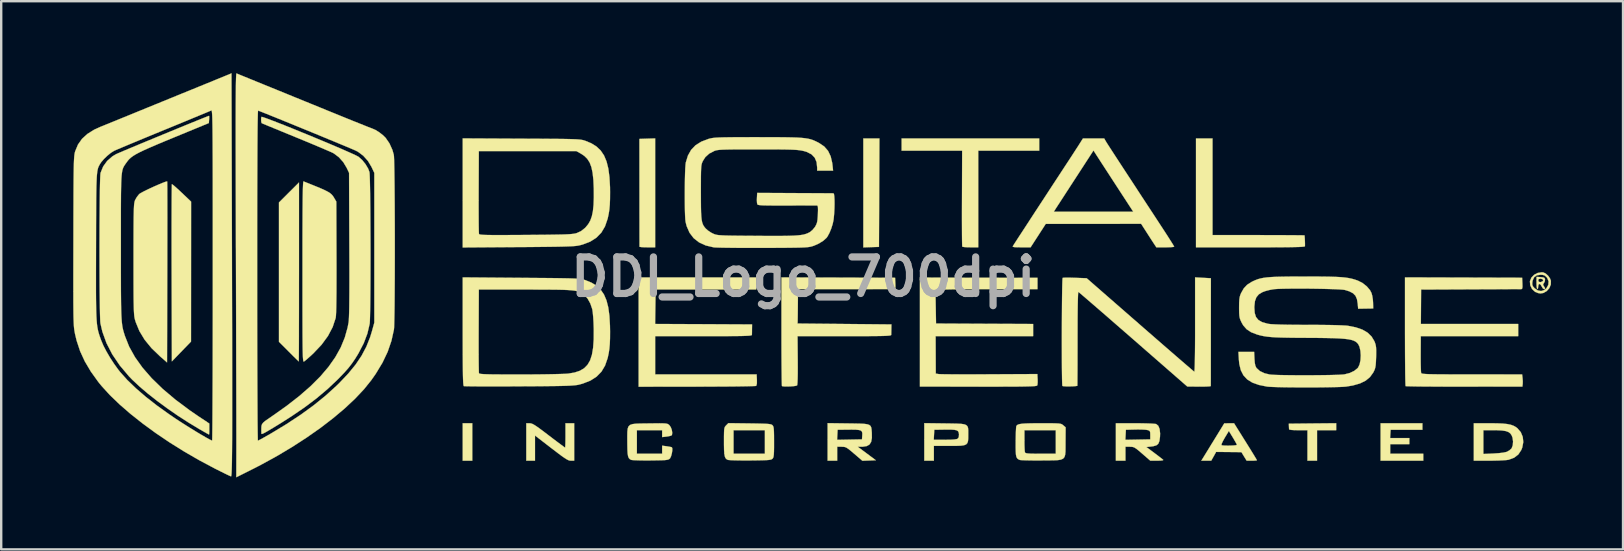
<source format=kicad_pcb>
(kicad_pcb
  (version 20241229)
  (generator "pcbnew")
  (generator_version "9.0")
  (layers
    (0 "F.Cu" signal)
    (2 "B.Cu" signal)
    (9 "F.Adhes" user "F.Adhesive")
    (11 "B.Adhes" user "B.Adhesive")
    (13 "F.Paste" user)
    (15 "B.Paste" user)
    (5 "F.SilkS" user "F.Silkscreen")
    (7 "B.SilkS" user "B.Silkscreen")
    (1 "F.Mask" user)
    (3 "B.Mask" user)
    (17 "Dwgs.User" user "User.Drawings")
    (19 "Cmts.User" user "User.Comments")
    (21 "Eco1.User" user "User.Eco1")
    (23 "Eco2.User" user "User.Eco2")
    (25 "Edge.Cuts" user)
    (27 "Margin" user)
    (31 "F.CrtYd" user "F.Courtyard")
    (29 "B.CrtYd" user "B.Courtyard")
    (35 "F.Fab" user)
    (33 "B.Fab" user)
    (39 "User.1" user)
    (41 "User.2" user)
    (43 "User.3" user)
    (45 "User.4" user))
  (footprint "DDI_Logo_700dpi"
    (layer "F.Cu")
    (at 30.417 8.489)
    (property "Reference" "DDI_Logo_700dpi" (at 0 0 0) (layer "F.Fab") (effects (font (size 1.524 1.524) (thickness 0.3))))
    (attr through_hole)
    (fp_poly (pts (xy -13.789 7.656) (xy -14.188 7.656) (xy -14.188 6.096) (xy -13.789 6.096) (xy -13.789 7.656)) (stroke (width 0.01) (type solid)) (fill yes) (layer "F.SilkS"))
    (fp_poly (pts (xy 3.166 -3.511) (xy 3.156 -1.252) (xy 2.504 -1.231) (xy 2.504 -5.769) (xy 2.839 -5.769) (xy 3.175 -5.769) (xy 3.166 -3.511)) (stroke (width 0.01) (type solid)) (fill yes) (layer "F.SilkS"))
    (fp_poly (pts (xy 25.799 6.232) (xy 25.799 6.368) (xy 24.475 6.368) (xy 24.464 6.54) (xy 24.453 6.713) (xy 25.255 6.713) (xy 25.255 6.967) (xy 24.457 6.967) (xy 24.457 7.366) (xy 25.835 7.366) (xy 25.835 7.656) (xy 24.057 7.656) (xy 24.057 6.096) (xy 25.799 6.096) (xy 25.799 6.232)) (stroke (width 0.01) (type solid)) (fill yes) (layer "F.SilkS"))
    (fp_poly (pts (xy 22.207 6.386) (xy 21.409 6.386) (xy 21.409 7.656) (xy 21.009 7.656) (xy 21.009 6.386) (xy 20.628 6.386) (xy 20.456 6.383) (xy 20.328 6.374) (xy 20.256 6.36) (xy 20.244 6.35) (xy 20.24 6.289) (xy 20.237 6.214) (xy 20.233 6.114) (xy 21.22 6.104) (xy 22.207 6.095) (xy 22.207 6.386)) (stroke (width 0.01) (type solid)) (fill yes) (layer "F.SilkS"))
    (fp_poly (pts (xy -6.169 -1.234) (xy -6.495 -1.234) (xy -6.639 -1.237) (xy -6.751 -1.244) (xy -6.814 -1.255) (xy -6.822 -1.261) (xy -6.822 -1.301) (xy -6.822 -1.408) (xy -6.822 -1.574) (xy -6.823 -1.794) (xy -6.823 -2.062) (xy -6.823 -2.37) (xy -6.824 -2.714) (xy -6.824 -3.085) (xy -6.824 -3.48) (xy -6.824 -3.52) (xy -6.826 -5.751) (xy -6.497 -5.762) (xy -6.169 -5.772) (xy -6.169 -1.234)) (stroke (width 0.01) (type solid)) (fill yes) (layer "F.SilkS"))
    (fp_poly (pts (xy -26.273 -3.847) (xy -26.198 -3.786) (xy -26.091 -3.691) (xy -25.96 -3.571) (xy -25.895 -3.509) (xy -25.505 -3.139) (xy -25.508 2.694) (xy -26.306 3.519) (xy -26.316 -0.167) (xy -26.317 -0.678) (xy -26.318 -1.168) (xy -26.318 -1.633) (xy -26.318 -2.067) (xy -26.317 -2.466) (xy -26.316 -2.824) (xy -26.315 -3.138) (xy -26.313 -3.402) (xy -26.311 -3.611) (xy -26.309 -3.761) (xy -26.307 -3.847) (xy -26.305 -3.866) (xy -26.273 -3.847)) (stroke (width 0.01) (type solid)) (fill yes) (layer "F.SilkS"))
    (fp_poly (pts (xy -21.009 -0.208) (xy -21.01 0.305) (xy -21.01 0.798) (xy -21.01 1.265) (xy -21.011 1.701) (xy -21.012 2.102) (xy -21.012 2.463) (xy -21.013 2.779) (xy -21.014 3.045) (xy -21.016 3.257) (xy -21.017 3.41) (xy -21.018 3.498) (xy -21.019 3.52) (xy -21.047 3.495) (xy -21.116 3.428) (xy -21.22 3.327) (xy -21.347 3.2) (xy -21.436 3.111) (xy -21.844 2.702) (xy -21.844 -3.104) (xy -21.009 -3.936) (xy -21.009 -0.208)) (stroke (width 0.01) (type solid)) (fill yes) (layer "F.SilkS"))
    (fp_poly (pts (xy 9.833 -5.261) (xy 7.293 -5.261) (xy 7.293 -1.234) (xy 6.969 -1.234) (xy 6.823 -1.237) (xy 6.706 -1.245) (xy 6.637 -1.258) (xy 6.626 -1.264) (xy 6.623 -1.305) (xy 6.62 -1.412) (xy 6.617 -1.578) (xy 6.615 -1.796) (xy 6.614 -2.06) (xy 6.613 -2.364) (xy 6.613 -2.699) (xy 6.614 -3.06) (xy 6.615 -3.278) (xy 6.622 -5.261) (xy 5.361 -5.261) (xy 4.1 -5.261) (xy 4.1 -5.769) (xy 9.833 -5.769) (xy 9.833 -5.261)) (stroke (width 0.01) (type solid)) (fill yes) (layer "F.SilkS"))
    (fp_poly (pts (xy 17.054 -1.745) (xy 18.965 -1.744) (xy 19.33 -1.743) (xy 19.673 -1.742) (xy 19.986 -1.741) (xy 20.264 -1.74) (xy 20.498 -1.738) (xy 20.684 -1.737) (xy 20.812 -1.735) (xy 20.878 -1.733) (xy 20.886 -1.732) (xy 20.892 -1.694) (xy 20.898 -1.608) (xy 20.903 -1.497) (xy 20.906 -1.388) (xy 20.906 -1.302) (xy 20.905 -1.279) (xy 20.89 -1.269) (xy 20.844 -1.261) (xy 20.763 -1.254) (xy 20.642 -1.248) (xy 20.476 -1.244) (xy 20.262 -1.24) (xy 19.995 -1.237) (xy 19.67 -1.235) (xy 19.284 -1.234) (xy 18.831 -1.234) (xy 18.633 -1.234) (xy 16.365 -1.234) (xy 16.365 -5.769) (xy 17.054 -5.769) (xy 17.054 -1.745)) (stroke (width 0.01) (type solid)) (fill yes) (layer "F.SilkS"))
    (fp_poly (pts (xy -9.543 7.656) (xy -9.679 7.656) (xy -9.729 7.652) (xy -9.784 7.635) (xy -9.853 7.6) (xy -9.945 7.543) (xy -10.066 7.458) (xy -10.225 7.339) (xy -10.431 7.181) (xy -10.496 7.132) (xy -11.176 6.607) (xy -11.176 7.656) (xy -11.539 7.656) (xy -11.539 6.096) (xy -11.403 6.096) (xy -11.352 6.101) (xy -11.296 6.118) (xy -11.225 6.153) (xy -11.132 6.212) (xy -11.007 6.299) (xy -10.844 6.42) (xy -10.633 6.58) (xy -10.602 6.604) (xy -10.412 6.749) (xy -10.242 6.877) (xy -10.1 6.983) (xy -9.994 7.061) (xy -9.933 7.105) (xy -9.921 7.112) (xy -9.916 7.078) (xy -9.911 6.984) (xy -9.908 6.844) (xy -9.906 6.67) (xy -9.906 6.604) (xy -9.906 6.096) (xy -9.543 6.096) (xy -9.543 7.656)) (stroke (width 0.01) (type solid)) (fill yes) (layer "F.SilkS"))
    (fp_poly (pts (xy 30.725 0.007) (xy 30.832 0.019) (xy 30.886 0.043) (xy 30.907 0.09) (xy 30.909 0.103) (xy 30.896 0.197) (xy 30.864 0.25) (xy 30.827 0.307) (xy 30.843 0.36) (xy 30.86 0.384) (xy 30.908 0.462) (xy 30.9 0.501) (xy 30.865 0.508) (xy 30.818 0.478) (xy 30.772 0.404) (xy 30.77 0.399) (xy 30.725 0.324) (xy 30.678 0.29) (xy 30.675 0.29) (xy 30.637 0.323) (xy 30.625 0.399) (xy 30.615 0.476) (xy 30.589 0.508) (xy 30.589 0.508) (xy 30.57 0.474) (xy 30.557 0.384) (xy 30.553 0.254) (xy 30.553 0.145) (xy 30.625 0.145) (xy 30.652 0.203) (xy 30.72 0.217) (xy 30.802 0.185) (xy 30.834 0.139) (xy 30.808 0.097) (xy 30.735 0.074) (xy 30.714 0.073) (xy 30.644 0.09) (xy 30.625 0.145) (xy 30.553 0.145) (xy 30.553 -0.004) (xy 30.725 0.007)) (stroke (width 0.01) (type solid)) (fill yes) (layer "F.SilkS"))
    (fp_poly (pts (xy 18.428 6.858) (xy 18.559 7.068) (xy 18.677 7.258) (xy 18.775 7.418) (xy 18.849 7.541) (xy 18.894 7.617) (xy 18.905 7.638) (xy 18.872 7.648) (xy 18.786 7.654) (xy 18.69 7.656) (xy 18.476 7.656) (xy 18.366 7.478) (xy 18.257 7.3) (xy 17.731 7.295) (xy 17.205 7.29) (xy 17.103 7.473) (xy 17 7.656) (xy 16.794 7.656) (xy 16.588 7.656) (xy 16.99 7.001) (xy 17.425 7.001) (xy 17.429 7.009) (xy 17.48 7.021) (xy 17.578 7.027) (xy 17.703 7.029) (xy 17.834 7.026) (xy 17.952 7.02) (xy 18.038 7.01) (xy 18.07 6.997) (xy 18.053 6.955) (xy 18.005 6.868) (xy 17.937 6.751) (xy 17.903 6.694) (xy 17.735 6.418) (xy 17.564 6.701) (xy 17.487 6.839) (xy 17.439 6.942) (xy 17.425 7.001) (xy 16.99 7.001) (xy 17.066 6.878) (xy 17.544 6.099) (xy 17.951 6.096) (xy 18.428 6.858)) (stroke (width 0.01) (type solid)) (fill yes) (layer "F.SilkS"))
    (fp_poly (pts (xy 30.833 -0.189) (xy 30.933 -0.144) (xy 31.034 -0.054) (xy 31.115 0.06) (xy 31.153 0.159) (xy 31.149 0.318) (xy 31.087 0.467) (xy 30.979 0.589) (xy 30.84 0.668) (xy 30.716 0.689) (xy 30.611 0.67) (xy 30.498 0.623) (xy 30.487 0.616) (xy 30.367 0.504) (xy 30.294 0.355) (xy 30.29 0.314) (xy 30.376 0.314) (xy 30.402 0.389) (xy 30.473 0.47) (xy 30.605 0.561) (xy 30.744 0.587) (xy 30.876 0.546) (xy 30.967 0.469) (xy 31.045 0.328) (xy 31.056 0.181) (xy 30.997 0.041) (xy 30.973 0.011) (xy 30.9 -0.056) (xy 30.816 -0.085) (xy 30.72 -0.091) (xy 30.563 -0.066) (xy 30.456 0.011) (xy 30.395 0.144) (xy 30.382 0.211) (xy 30.376 0.314) (xy 30.29 0.314) (xy 30.278 0.194) (xy 30.283 0.165) (xy 30.343 0.023) (xy 30.457 -0.092) (xy 30.606 -0.168) (xy 30.772 -0.194) (xy 30.833 -0.189)) (stroke (width 0.01) (type solid)) (fill yes) (layer "F.SilkS"))
    (fp_poly (pts (xy -1.959 0.526) (xy -6.15 0.526) (xy -6.16 1.242) (xy -6.17 1.959) (xy -4.151 1.968) (xy -2.131 1.978) (xy -2.134 2.168) (xy -2.135 2.288) (xy -2.137 2.382) (xy -2.138 2.413) (xy -2.146 2.425) (xy -2.17 2.435) (xy -2.218 2.443) (xy -2.293 2.45) (xy -2.402 2.455) (xy -2.55 2.46) (xy -2.743 2.463) (xy -2.985 2.465) (xy -3.282 2.466) (xy -3.64 2.467) (xy -4.064 2.467) (xy -4.155 2.467) (xy -6.169 2.467) (xy -6.169 4.061) (xy -1.941 4.06) (xy -1.93 4.286) (xy -1.93 4.436) (xy -1.949 4.52) (xy -1.966 4.54) (xy -2.009 4.545) (xy -2.119 4.549) (xy -2.289 4.554) (xy -2.514 4.558) (xy -2.786 4.562) (xy -3.101 4.565) (xy -3.452 4.567) (xy -3.832 4.569) (xy -4.237 4.571) (xy -4.435 4.571) (xy -6.858 4.574) (xy -6.858 2.296) (xy -6.858 0.018) (xy -1.959 0.018) (xy -1.959 0.526)) (stroke (width 0.01) (type solid)) (fill yes) (layer "F.SilkS"))
    (fp_poly (pts (xy 5.895 6.103) (xy 6.187 6.107) (xy 6.415 6.112) (xy 6.586 6.121) (xy 6.709 6.14) (xy 6.791 6.172) (xy 6.841 6.22) (xy 6.867 6.288) (xy 6.876 6.381) (xy 6.876 6.502) (xy 6.876 6.572) (xy 6.875 6.724) (xy 6.866 6.839) (xy 6.839 6.922) (xy 6.787 6.978) (xy 6.7 7.013) (xy 6.569 7.031) (xy 6.385 7.038) (xy 6.139 7.039) (xy 6.074 7.039) (xy 5.443 7.039) (xy 5.443 7.656) (xy 5.044 7.656) (xy 5.044 6.785) (xy 5.439 6.785) (xy 5.906 6.785) (xy 6.136 6.782) (xy 6.299 6.772) (xy 6.401 6.754) (xy 6.436 6.739) (xy 6.481 6.677) (xy 6.49 6.572) (xy 6.489 6.551) (xy 6.477 6.477) (xy 6.448 6.425) (xy 6.392 6.39) (xy 6.299 6.37) (xy 6.157 6.361) (xy 5.957 6.361) (xy 5.867 6.362) (xy 5.461 6.368) (xy 5.439 6.785) (xy 5.044 6.785) (xy 5.044 6.092) (xy 5.895 6.103)) (stroke (width 0.01) (type solid)) (fill yes) (layer "F.SilkS"))
    (fp_poly (pts (xy 28.907 6.099) (xy 29.147 6.109) (xy 29.336 6.129) (xy 29.485 6.16) (xy 29.604 6.204) (xy 29.705 6.263) (xy 29.758 6.304) (xy 29.898 6.467) (xy 29.98 6.664) (xy 30.002 6.881) (xy 29.96 7.107) (xy 29.92 7.209) (xy 29.796 7.397) (xy 29.621 7.532) (xy 29.396 7.616) (xy 29.391 7.617) (xy 29.301 7.63) (xy 29.154 7.64) (xy 28.966 7.649) (xy 28.752 7.654) (xy 28.584 7.655) (xy 27.94 7.656) (xy 27.94 6.386) (xy 28.339 6.386) (xy 28.339 7.376) (xy 28.766 7.357) (xy 28.984 7.342) (xy 29.165 7.32) (xy 29.294 7.293) (xy 29.325 7.282) (xy 29.429 7.222) (xy 29.511 7.146) (xy 29.519 7.135) (xy 29.564 7.012) (xy 29.576 6.856) (xy 29.554 6.698) (xy 29.519 6.605) (xy 29.462 6.521) (xy 29.382 6.461) (xy 29.268 6.421) (xy 29.109 6.397) (xy 28.895 6.387) (xy 28.776 6.386) (xy 28.339 6.386) (xy 27.94 6.386) (xy 27.94 6.096) (xy 28.605 6.096) (xy 28.907 6.099)) (stroke (width 0.01) (type solid)) (fill yes) (layer "F.SilkS"))
    (fp_poly (pts (xy 1.867 6.103) (xy 2.156 6.107) (xy 2.381 6.112) (xy 2.55 6.121) (xy 2.671 6.139) (xy 2.753 6.167) (xy 2.804 6.209) (xy 2.833 6.269) (xy 2.847 6.35) (xy 2.855 6.454) (xy 2.858 6.487) (xy 2.861 6.71) (xy 2.83 6.873) (xy 2.76 6.983) (xy 2.645 7.048) (xy 2.481 7.074) (xy 2.419 7.076) (xy 2.273 7.076) (xy 3.026 7.638) (xy 2.745 7.649) (xy 2.464 7.659) (xy 2.125 7.368) (xy 1.981 7.245) (xy 1.878 7.163) (xy 1.801 7.113) (xy 1.737 7.087) (xy 1.67 7.077) (xy 1.6 7.076) (xy 1.415 7.076) (xy 1.415 7.656) (xy 1.016 7.656) (xy 1.016 6.787) (xy 1.411 6.787) (xy 1.93 6.777) (xy 2.449 6.767) (xy 2.46 6.595) (xy 2.462 6.507) (xy 2.446 6.444) (xy 2.403 6.402) (xy 2.323 6.377) (xy 2.197 6.365) (xy 2.014 6.362) (xy 1.868 6.363) (xy 1.433 6.368) (xy 1.422 6.578) (xy 1.411 6.787) (xy 1.016 6.787) (xy 1.016 6.092) (xy 1.867 6.103)) (stroke (width 0.01) (type solid)) (fill yes) (layer "F.SilkS"))
    (fp_poly (pts (xy 14.061 6.098) (xy 14.279 6.102) (xy 14.465 6.108) (xy 14.607 6.117) (xy 14.693 6.126) (xy 14.708 6.13) (xy 14.794 6.201) (xy 14.849 6.333) (xy 14.87 6.521) (xy 14.865 6.663) (xy 14.842 6.835) (xy 14.796 6.948) (xy 14.714 7.017) (xy 14.584 7.054) (xy 14.503 7.065) (xy 14.297 7.086) (xy 14.633 7.337) (xy 14.769 7.439) (xy 14.885 7.528) (xy 14.967 7.593) (xy 15.002 7.622) (xy 14.988 7.64) (xy 14.907 7.651) (xy 14.766 7.656) (xy 14.748 7.656) (xy 14.46 7.655) (xy 14.126 7.365) (xy 13.985 7.243) (xy 13.883 7.162) (xy 13.807 7.112) (xy 13.742 7.086) (xy 13.675 7.077) (xy 13.609 7.076) (xy 13.426 7.076) (xy 13.426 7.656) (xy 13.027 7.656) (xy 13.027 6.787) (xy 13.422 6.787) (xy 14.46 6.767) (xy 14.46 6.588) (xy 14.457 6.48) (xy 14.439 6.423) (xy 14.394 6.394) (xy 14.341 6.378) (xy 14.255 6.366) (xy 14.118 6.359) (xy 13.952 6.356) (xy 13.833 6.358) (xy 13.444 6.368) (xy 13.433 6.578) (xy 13.422 6.787) (xy 13.027 6.787) (xy 13.027 6.096) (xy 13.822 6.096) (xy 14.061 6.098)) (stroke (width 0.01) (type solid)) (fill yes) (layer "F.SilkS"))
    (fp_poly (pts (xy -26.501 -3.979) (xy -26.499 -3.942) (xy -26.498 -3.837) (xy -26.496 -3.669) (xy -26.496 -3.443) (xy -26.495 -3.163) (xy -26.495 -2.835) (xy -26.494 -2.463) (xy -26.495 -2.052) (xy -26.495 -1.607) (xy -26.496 -1.132) (xy -26.496 -0.632) (xy -26.497 -0.202) (xy -26.507 3.562) (xy -26.797 3.31) (xy -27.154 2.967) (xy -27.441 2.616) (xy -27.66 2.254) (xy -27.814 1.878) (xy -27.849 1.758) (xy -27.861 1.705) (xy -27.871 1.639) (xy -27.879 1.554) (xy -27.886 1.445) (xy -27.892 1.306) (xy -27.896 1.132) (xy -27.9 0.916) (xy -27.902 0.653) (xy -27.903 0.338) (xy -27.904 -0.036) (xy -27.904 -0.473) (xy -27.904 -0.758) (xy -27.904 -1.226) (xy -27.903 -1.626) (xy -27.902 -1.965) (xy -27.9 -2.248) (xy -27.898 -2.481) (xy -27.894 -2.67) (xy -27.89 -2.819) (xy -27.884 -2.936) (xy -27.878 -3.024) (xy -27.869 -3.09) (xy -27.859 -3.14) (xy -27.847 -3.178) (xy -27.835 -3.208) (xy -27.766 -3.329) (xy -27.679 -3.439) (xy -27.66 -3.458) (xy -27.602 -3.497) (xy -27.496 -3.554) (xy -27.356 -3.624) (xy -27.194 -3.701) (xy -27.023 -3.779) (xy -26.858 -3.851) (xy -26.709 -3.913) (xy -26.592 -3.958) (xy -26.518 -3.98) (xy -26.501 -3.979)) (stroke (width 0.01) (type solid)) (fill yes) (layer "F.SilkS"))
    (fp_poly (pts (xy -2.233 6.103) (xy -1.953 6.107) (xy -1.737 6.112) (xy -1.575 6.117) (xy -1.459 6.125) (xy -1.38 6.135) (xy -1.328 6.149) (xy -1.295 6.166) (xy -1.28 6.179) (xy -1.257 6.21) (xy -1.239 6.256) (xy -1.228 6.327) (xy -1.221 6.435) (xy -1.217 6.59) (xy -1.216 6.804) (xy -1.216 6.876) (xy -1.216 7.109) (xy -1.219 7.279) (xy -1.225 7.399) (xy -1.236 7.48) (xy -1.251 7.532) (xy -1.273 7.566) (xy -1.28 7.573) (xy -1.307 7.594) (xy -1.347 7.61) (xy -1.41 7.622) (xy -1.504 7.631) (xy -1.639 7.637) (xy -1.823 7.641) (xy -2.067 7.645) (xy -2.206 7.646) (xy -2.452 7.647) (xy -2.678 7.645) (xy -2.872 7.641) (xy -3.023 7.634) (xy -3.119 7.626) (xy -3.145 7.621) (xy -3.2 7.59) (xy -3.241 7.544) (xy -3.269 7.472) (xy -3.288 7.363) (xy -3.298 7.209) (xy -3.302 6.997) (xy -3.302 6.859) (xy -3.302 6.64) (xy -3.299 6.483) (xy -3.295 6.386) (xy -2.903 6.386) (xy -2.903 7.366) (xy -1.597 7.366) (xy -1.597 6.386) (xy -2.903 6.386) (xy -3.295 6.386) (xy -3.294 6.373) (xy -3.283 6.3) (xy -3.266 6.251) (xy -3.24 6.214) (xy -3.211 6.183) (xy -3.12 6.092) (xy -2.233 6.103)) (stroke (width 0.01) (type solid)) (fill yes) (layer "F.SilkS"))
    (fp_poly (pts (xy 4.944 0.021) (xy 4.994 0.023) (xy 5.109 0.024) (xy 5.285 0.026) (xy 5.515 0.027) (xy 5.792 0.029) (xy 6.11 0.03) (xy 6.463 0.031) (xy 6.844 0.032) (xy 7.248 0.033) (xy 7.393 0.033) (xy 9.761 0.036) (xy 9.761 0.508) (xy 7.731 0.508) (xy 7.272 0.509) (xy 6.861 0.511) (xy 6.501 0.514) (xy 6.197 0.518) (xy 5.951 0.523) (xy 5.768 0.53) (xy 5.651 0.537) (xy 5.606 0.544) (xy 5.511 0.58) (xy 5.522 1.261) (xy 5.534 1.941) (xy 7.556 1.951) (xy 9.579 1.96) (xy 9.579 2.467) (xy 5.517 2.467) (xy 5.523 4.026) (xy 5.637 4.046) (xy 5.694 4.05) (xy 5.817 4.053) (xy 5.998 4.056) (xy 6.23 4.057) (xy 6.507 4.059) (xy 6.821 4.059) (xy 7.166 4.059) (xy 7.534 4.057) (xy 7.753 4.056) (xy 9.755 4.046) (xy 9.767 4.257) (xy 9.769 4.381) (xy 9.761 4.48) (xy 9.75 4.521) (xy 9.736 4.531) (xy 9.702 4.54) (xy 9.645 4.548) (xy 9.558 4.554) (xy 9.438 4.559) (xy 9.279 4.563) (xy 9.077 4.567) (xy 8.826 4.569) (xy 8.521 4.57) (xy 8.158 4.571) (xy 7.732 4.572) (xy 7.291 4.571) (xy 4.862 4.57) (xy 4.862 0.012) (xy 4.944 0.021)) (stroke (width 0.01) (type solid)) (fill yes) (layer "F.SilkS"))
    (fp_poly (pts (xy -20.511 -3.858) (xy -20.262 -3.757) (xy -20.066 -3.675) (xy -19.915 -3.606) (xy -19.801 -3.547) (xy -19.716 -3.493) (xy -19.654 -3.441) (xy -19.605 -3.386) (xy -19.563 -3.325) (xy -19.539 -3.284) (xy -19.454 -3.139) (xy -19.447 -0.798) (xy -19.446 -0.248) (xy -19.447 0.231) (xy -19.448 0.64) (xy -19.452 0.982) (xy -19.456 1.257) (xy -19.462 1.468) (xy -19.47 1.616) (xy -19.479 1.702) (xy -19.481 1.712) (xy -19.606 2.089) (xy -19.802 2.46) (xy -20.067 2.822) (xy -20.399 3.173) (xy -20.4 3.175) (xy -20.533 3.298) (xy -20.652 3.404) (xy -20.745 3.483) (xy -20.798 3.523) (xy -20.799 3.524) (xy -20.81 3.527) (xy -20.819 3.522) (xy -20.827 3.505) (xy -20.834 3.472) (xy -20.84 3.418) (xy -20.846 3.34) (xy -20.85 3.234) (xy -20.854 3.095) (xy -20.857 2.92) (xy -20.859 2.705) (xy -20.861 2.444) (xy -20.862 2.135) (xy -20.863 1.774) (xy -20.864 1.356) (xy -20.864 0.877) (xy -20.864 0.333) (xy -20.864 -0.22) (xy -20.864 -0.848) (xy -20.864 -1.406) (xy -20.863 -1.898) (xy -20.861 -2.329) (xy -20.86 -2.7) (xy -20.857 -3.017) (xy -20.855 -3.282) (xy -20.851 -3.498) (xy -20.847 -3.67) (xy -20.842 -3.8) (xy -20.837 -3.893) (xy -20.831 -3.951) (xy -20.824 -3.978) (xy -20.819 -3.981) (xy -20.511 -3.858)) (stroke (width 0.01) (type solid)) (fill yes) (layer "F.SilkS"))
    (fp_poly (pts (xy -5.846 6.1) (xy -5.749 6.105) (xy -5.683 6.115) (xy -5.638 6.13) (xy -5.604 6.152) (xy -5.577 6.176) (xy -5.518 6.26) (xy -5.475 6.375) (xy -5.457 6.492) (xy -5.469 6.583) (xy -5.475 6.595) (xy -5.521 6.618) (xy -5.615 6.64) (xy -5.688 6.651) (xy -5.878 6.673) (xy -5.878 6.386) (xy -6.931 6.386) (xy -6.931 7.366) (xy -5.878 7.366) (xy -5.878 7.03) (xy -5.69 7.055) (xy -5.578 7.073) (xy -5.496 7.09) (xy -5.472 7.098) (xy -5.454 7.147) (xy -5.456 7.24) (xy -5.474 7.353) (xy -5.504 7.464) (xy -5.542 7.547) (xy -5.556 7.566) (xy -5.585 7.59) (xy -5.623 7.609) (xy -5.68 7.622) (xy -5.768 7.632) (xy -5.895 7.638) (xy -6.073 7.642) (xy -6.312 7.645) (xy -6.36 7.646) (xy -6.588 7.647) (xy -6.796 7.644) (xy -6.97 7.639) (xy -7.098 7.632) (xy -7.168 7.623) (xy -7.173 7.621) (xy -7.228 7.59) (xy -7.269 7.543) (xy -7.297 7.471) (xy -7.316 7.362) (xy -7.325 7.206) (xy -7.329 6.993) (xy -7.33 6.864) (xy -7.331 6.633) (xy -7.328 6.454) (xy -7.314 6.322) (xy -7.28 6.229) (xy -7.217 6.168) (xy -7.117 6.132) (xy -6.973 6.114) (xy -6.775 6.107) (xy -6.515 6.104) (xy -6.43 6.103) (xy -6.177 6.1) (xy -5.986 6.098) (xy -5.846 6.1)) (stroke (width 0.01) (type solid)) (fill yes) (layer "F.SilkS"))
    (fp_poly (pts (xy 10.173 6.096) (xy 10.376 6.097) (xy 10.527 6.101) (xy 10.634 6.106) (xy 10.708 6.116) (xy 10.759 6.13) (xy 10.796 6.15) (xy 10.83 6.176) (xy 10.835 6.181) (xy 10.934 6.266) (xy 10.93 6.877) (xy 10.929 7.103) (xy 10.927 7.279) (xy 10.914 7.412) (xy 10.884 7.507) (xy 10.827 7.572) (xy 10.737 7.612) (xy 10.605 7.633) (xy 10.423 7.642) (xy 10.183 7.644) (xy 9.932 7.646) (xy 9.688 7.647) (xy 9.466 7.645) (xy 9.276 7.641) (xy 9.129 7.635) (xy 9.038 7.628) (xy 9.016 7.623) (xy 8.956 7.593) (xy 8.913 7.555) (xy 8.883 7.498) (xy 8.864 7.41) (xy 8.855 7.281) (xy 8.851 7.101) (xy 8.852 6.878) (xy 8.855 6.673) (xy 8.859 6.491) (xy 8.864 6.386) (xy 9.217 6.386) (xy 9.217 6.819) (xy 9.218 6.993) (xy 9.223 7.144) (xy 9.23 7.255) (xy 9.239 7.309) (xy 9.255 7.33) (xy 9.294 7.345) (xy 9.365 7.355) (xy 9.477 7.362) (xy 9.64 7.365) (xy 9.866 7.366) (xy 9.892 7.366) (xy 10.523 7.366) (xy 10.523 6.386) (xy 9.217 6.386) (xy 8.864 6.386) (xy 8.866 6.345) (xy 8.873 6.25) (xy 8.878 6.22) (xy 8.902 6.182) (xy 8.945 6.153) (xy 9.017 6.131) (xy 9.125 6.115) (xy 9.278 6.105) (xy 9.483 6.099) (xy 9.748 6.096) (xy 9.906 6.096) (xy 10.173 6.096)) (stroke (width 0.01) (type solid)) (fill yes) (layer "F.SilkS"))
    (fp_poly (pts (xy 1.46 0.026) (xy 3.828 0.034) (xy 3.839 0.271) (xy 3.843 0.398) (xy 3.838 0.469) (xy 3.818 0.501) (xy 3.778 0.508) (xy 3.766 0.509) (xy 3.715 0.509) (xy 3.598 0.509) (xy 3.423 0.509) (xy 3.196 0.509) (xy 2.924 0.509) (xy 2.615 0.508) (xy 2.275 0.508) (xy 1.912 0.508) (xy 1.733 0.508) (xy -0.218 0.507) (xy -0.223 1.133) (xy -0.225 1.346) (xy -0.227 1.538) (xy -0.229 1.697) (xy -0.231 1.808) (xy -0.232 1.851) (xy -0.236 1.941) (xy 3.675 1.978) (xy 3.672 2.168) (xy 3.67 2.288) (xy 3.668 2.382) (xy 3.667 2.413) (xy 3.66 2.425) (xy 3.635 2.435) (xy 3.587 2.444) (xy 3.511 2.45) (xy 3.401 2.456) (xy 3.251 2.46) (xy 3.057 2.463) (xy 2.812 2.465) (xy 2.511 2.467) (xy 2.149 2.467) (xy 1.719 2.467) (xy 1.714 2.467) (xy -0.236 2.467) (xy -0.228 3.472) (xy -0.227 3.774) (xy -0.228 4.034) (xy -0.232 4.245) (xy -0.239 4.4) (xy -0.248 4.494) (xy -0.255 4.519) (xy -0.304 4.537) (xy -0.403 4.551) (xy -0.531 4.561) (xy -0.666 4.565) (xy -0.784 4.563) (xy -0.865 4.554) (xy -0.886 4.545) (xy -0.89 4.506) (xy -0.893 4.4) (xy -0.897 4.235) (xy -0.899 4.015) (xy -0.902 3.749) (xy -0.904 3.44) (xy -0.906 3.097) (xy -0.907 2.725) (xy -0.907 2.33) (xy -0.907 2.271) (xy -0.907 0.018) (xy 1.46 0.026)) (stroke (width 0.01) (type solid)) (fill yes) (layer "F.SilkS"))
    (fp_poly (pts (xy 27.514 0.025) (xy 29.954 0.032) (xy 29.965 0.27) (xy 29.968 0.399) (xy 29.961 0.471) (xy 29.941 0.502) (xy 29.91 0.508) (xy 29.863 0.508) (xy 29.749 0.509) (xy 29.577 0.509) (xy 29.352 0.51) (xy 29.082 0.512) (xy 28.772 0.513) (xy 28.431 0.514) (xy 28.064 0.516) (xy 27.795 0.517) (xy 25.745 0.526) (xy 25.74 1.243) (xy 25.735 1.959) (xy 29.791 1.959) (xy 29.791 2.467) (xy 25.732 2.467) (xy 25.728 3.206) (xy 25.728 3.433) (xy 25.73 3.638) (xy 25.734 3.808) (xy 25.739 3.932) (xy 25.746 3.997) (xy 25.747 4.002) (xy 25.757 4.015) (xy 25.781 4.025) (xy 25.823 4.034) (xy 25.89 4.041) (xy 25.987 4.047) (xy 26.119 4.052) (xy 26.292 4.055) (xy 26.511 4.058) (xy 26.782 4.059) (xy 27.11 4.06) (xy 27.501 4.061) (xy 27.862 4.061) (xy 29.954 4.062) (xy 29.972 4.217) (xy 29.981 4.341) (xy 29.979 4.451) (xy 29.977 4.471) (xy 29.964 4.569) (xy 27.544 4.571) (xy 27.131 4.571) (xy 26.74 4.571) (xy 26.376 4.569) (xy 26.046 4.567) (xy 25.755 4.565) (xy 25.51 4.562) (xy 25.317 4.558) (xy 25.181 4.555) (xy 25.109 4.551) (xy 25.098 4.548) (xy 25.094 4.509) (xy 25.09 4.403) (xy 25.086 4.237) (xy 25.082 4.017) (xy 25.08 3.749) (xy 25.077 3.441) (xy 25.075 3.097) (xy 25.074 2.724) (xy 25.073 2.329) (xy 25.073 2.271) (xy 25.073 0.018) (xy 27.514 0.025)) (stroke (width 0.01) (type solid)) (fill yes) (layer "F.SilkS"))
    (fp_poly (pts (xy 12.611 -5.648) (xy 12.629 -5.618) (xy 12.659 -5.57) (xy 12.703 -5.501) (xy 12.763 -5.408) (xy 12.841 -5.288) (xy 12.938 -5.138) (xy 13.058 -4.954) (xy 13.202 -4.733) (xy 13.372 -4.473) (xy 13.57 -4.17) (xy 13.799 -3.821) (xy 14.059 -3.422) (xy 14.354 -2.972) (xy 14.686 -2.466) (xy 14.934 -2.086) (xy 15.074 -1.872) (xy 15.2 -1.677) (xy 15.306 -1.51) (xy 15.388 -1.38) (xy 15.44 -1.294) (xy 15.457 -1.261) (xy 15.424 -1.25) (xy 15.333 -1.241) (xy 15.199 -1.235) (xy 15.086 -1.234) (xy 14.714 -1.234) (xy 14.636 -1.352) (xy 14.585 -1.429) (xy 14.506 -1.551) (xy 14.411 -1.698) (xy 14.319 -1.841) (xy 14.08 -2.213) (xy 10.106 -2.212) (xy 9.474 -1.234) (xy 9.089 -1.234) (xy 8.913 -1.236) (xy 8.8 -1.242) (xy 8.742 -1.254) (xy 8.729 -1.273) (xy 8.731 -1.279) (xy 8.76 -1.324) (xy 8.82 -1.418) (xy 8.905 -1.549) (xy 9.007 -1.707) (xy 9.066 -1.796) (xy 9.325 -2.193) (xy 9.59 -2.6) (xy 9.669 -2.721) (xy 10.442 -2.721) (xy 13.749 -2.721) (xy 13.164 -3.619) (xy 13.001 -3.87) (xy 12.837 -4.122) (xy 12.681 -4.362) (xy 12.54 -4.579) (xy 12.423 -4.759) (xy 12.338 -4.891) (xy 12.337 -4.893) (xy 12.094 -5.268) (xy 11.32 -4.076) (xy 11.147 -3.81) (xy 10.985 -3.56) (xy 10.838 -3.333) (xy 10.711 -3.138) (xy 10.609 -2.981) (xy 10.536 -2.869) (xy 10.498 -2.808) (xy 10.494 -2.803) (xy 10.442 -2.721) (xy 9.669 -2.721) (xy 9.856 -3.007) (xy 10.115 -3.403) (xy 10.361 -3.78) (xy 10.587 -4.125) (xy 10.787 -4.43) (xy 10.951 -4.681) (xy 11.087 -4.888) (xy 11.219 -5.091) (xy 11.339 -5.276) (xy 11.438 -5.428) (xy 11.506 -5.535) (xy 11.511 -5.543) (xy 11.654 -5.769) (xy 12.541 -5.769) (xy 12.611 -5.648)) (stroke (width 0.01) (type solid)) (fill yes) (layer "F.SilkS"))
    (fp_poly (pts (xy 16.657 0.036) (xy 16.986 0.054) (xy 16.984 2.286) (xy 16.984 2.682) (xy 16.984 3.056) (xy 16.983 3.403) (xy 16.983 3.716) (xy 16.983 3.988) (xy 16.983 4.213) (xy 16.982 4.385) (xy 16.982 4.498) (xy 16.982 4.545) (xy 16.982 4.546) (xy 16.948 4.557) (xy 16.854 4.564) (xy 16.715 4.569) (xy 16.542 4.57) (xy 16.492 4.57) (xy 16.002 4.565) (xy 13.75 2.6) (xy 13.403 2.298) (xy 13.072 2.01) (xy 12.761 1.739) (xy 12.473 1.489) (xy 12.213 1.264) (xy 11.985 1.067) (xy 11.793 0.901) (xy 11.641 0.771) (xy 11.534 0.68) (xy 11.474 0.631) (xy 11.464 0.623) (xy 11.456 0.656) (xy 11.45 0.757) (xy 11.444 0.923) (xy 11.439 1.15) (xy 11.435 1.434) (xy 11.432 1.77) (xy 11.431 2.156) (xy 11.43 2.573) (xy 11.43 2.943) (xy 11.429 3.29) (xy 11.429 3.608) (xy 11.428 3.89) (xy 11.426 4.13) (xy 11.425 4.32) (xy 11.424 4.455) (xy 11.422 4.527) (xy 11.421 4.538) (xy 11.337 4.55) (xy 11.218 4.558) (xy 11.085 4.561) (xy 10.957 4.56) (xy 10.855 4.554) (xy 10.801 4.544) (xy 10.798 4.541) (xy 10.793 4.497) (xy 10.788 4.388) (xy 10.784 4.223) (xy 10.781 4.008) (xy 10.778 3.752) (xy 10.777 3.462) (xy 10.776 3.145) (xy 10.775 2.809) (xy 10.775 2.462) (xy 10.776 2.112) (xy 10.778 1.765) (xy 10.78 1.43) (xy 10.782 1.113) (xy 10.785 0.824) (xy 10.789 0.568) (xy 10.793 0.354) (xy 10.798 0.19) (xy 10.803 0.082) (xy 10.809 0.039) (xy 10.809 0.039) (xy 10.856 0.032) (xy 10.96 0.03) (xy 11.109 0.03) (xy 11.286 0.035) (xy 11.326 0.036) (xy 11.811 0.054) (xy 14.037 1.996) (xy 14.381 2.296) (xy 14.71 2.582) (xy 15.019 2.851) (xy 15.305 3.099) (xy 15.562 3.322) (xy 15.788 3.517) (xy 15.977 3.68) (xy 16.126 3.808) (xy 16.231 3.897) (xy 16.287 3.943) (xy 16.295 3.949) (xy 16.302 3.916) (xy 16.309 3.816) (xy 16.314 3.652) (xy 16.319 3.43) (xy 16.323 3.154) (xy 16.326 2.829) (xy 16.328 2.46) (xy 16.328 2.051) (xy 16.328 1.99) (xy 16.328 0.018) (xy 16.657 0.036)) (stroke (width 0.01) (type solid)) (fill yes) (layer "F.SilkS"))
    (fp_poly (pts (xy -11.748 -5.761) (xy -11.267 -5.759) (xy -10.853 -5.757) (xy -10.5 -5.754) (xy -10.203 -5.752) (xy -9.957 -5.749) (xy -9.755 -5.745) (xy -9.592 -5.74) (xy -9.462 -5.735) (xy -9.36 -5.728) (xy -9.28 -5.72) (xy -9.217 -5.71) (xy -9.165 -5.699) (xy -9.118 -5.685) (xy -9.081 -5.673) (xy -8.826 -5.567) (xy -8.613 -5.434) (xy -8.439 -5.268) (xy -8.3 -5.063) (xy -8.195 -4.813) (xy -8.12 -4.514) (xy -8.073 -4.158) (xy -8.05 -3.742) (xy -8.048 -3.537) (xy -8.05 -3.246) (xy -8.059 -3.009) (xy -8.077 -2.808) (xy -8.106 -2.624) (xy -8.146 -2.439) (xy -8.152 -2.416) (xy -8.259 -2.105) (xy -8.412 -1.846) (xy -8.616 -1.637) (xy -8.872 -1.473) (xy -9.186 -1.352) (xy -9.32 -1.317) (xy -9.379 -1.305) (xy -9.455 -1.294) (xy -9.551 -1.285) (xy -9.674 -1.277) (xy -9.83 -1.271) (xy -10.023 -1.265) (xy -10.259 -1.26) (xy -10.544 -1.256) (xy -10.884 -1.252) (xy -11.284 -1.248) (xy -11.749 -1.244) (xy -11.874 -1.244) (xy -14.188 -1.228) (xy -14.188 -2.874) (xy -13.524 -2.874) (xy -13.523 -2.578) (xy -13.522 -2.319) (xy -13.52 -2.103) (xy -13.517 -1.938) (xy -13.513 -1.831) (xy -13.509 -1.791) (xy -13.498 -1.779) (xy -13.469 -1.769) (xy -13.418 -1.761) (xy -13.338 -1.754) (xy -13.225 -1.75) (xy -13.072 -1.747) (xy -12.874 -1.745) (xy -12.625 -1.745) (xy -12.32 -1.746) (xy -11.953 -1.748) (xy -11.561 -1.75) (xy -11.132 -1.754) (xy -10.769 -1.757) (xy -10.467 -1.761) (xy -10.217 -1.765) (xy -10.015 -1.769) (xy -9.854 -1.775) (xy -9.728 -1.782) (xy -9.63 -1.791) (xy -9.554 -1.801) (xy -9.493 -1.812) (xy -9.442 -1.827) (xy -9.434 -1.829) (xy -9.257 -1.91) (xy -9.097 -2.037) (xy -9.067 -2.067) (xy -8.958 -2.199) (xy -8.872 -2.349) (xy -8.808 -2.527) (xy -8.763 -2.741) (xy -8.736 -3.001) (xy -8.725 -3.314) (xy -8.727 -3.683) (xy -8.743 -4.041) (xy -8.775 -4.336) (xy -8.826 -4.575) (xy -8.899 -4.768) (xy -8.998 -4.922) (xy -9.124 -5.045) (xy -9.253 -5.131) (xy -9.452 -5.243) (xy -13.516 -5.243) (xy -13.523 -3.544) (xy -13.524 -3.198) (xy -13.524 -2.874) (xy -14.188 -2.874) (xy -14.188 -5.773) (xy -11.748 -5.761)) (stroke (width 0.01) (type solid)) (fill yes) (layer "F.SilkS"))
    (fp_poly (pts (xy -22.536 -6.665) (xy -22.439 -6.634) (xy -22.29 -6.58) (xy -22.095 -6.506) (xy -21.861 -6.415) (xy -21.596 -6.311) (xy -21.307 -6.195) (xy -21.001 -6.07) (xy -20.684 -5.941) (xy -20.365 -5.809) (xy -20.049 -5.678) (xy -19.744 -5.55) (xy -19.458 -5.428) (xy -19.197 -5.316) (xy -18.968 -5.215) (xy -18.778 -5.13) (xy -18.634 -5.063) (xy -18.544 -5.016) (xy -18.524 -5.004) (xy -18.373 -4.868) (xy -18.235 -4.696) (xy -18.127 -4.513) (xy -18.074 -4.372) (xy -18.067 -4.308) (xy -18.061 -4.178) (xy -18.055 -3.988) (xy -18.05 -3.746) (xy -18.045 -3.458) (xy -18.041 -3.131) (xy -18.037 -2.772) (xy -18.035 -2.387) (xy -18.033 -1.982) (xy -18.031 -1.565) (xy -18.03 -1.143) (xy -18.03 -0.721) (xy -18.031 -0.307) (xy -18.032 0.092) (xy -18.034 0.471) (xy -18.037 0.822) (xy -18.04 1.139) (xy -18.045 1.414) (xy -18.05 1.642) (xy -18.055 1.816) (xy -18.062 1.928) (xy -18.066 1.96) (xy -18.16 2.36) (xy -18.311 2.76) (xy -18.525 3.171) (xy -18.534 3.188) (xy -18.668 3.407) (xy -18.8 3.6) (xy -18.943 3.785) (xy -19.111 3.976) (xy -19.317 4.191) (xy -19.41 4.285) (xy -19.826 4.677) (xy -20.278 5.058) (xy -20.776 5.434) (xy -21.33 5.812) (xy -21.771 6.093) (xy -22.019 6.245) (xy -22.212 6.361) (xy -22.356 6.446) (xy -22.458 6.502) (xy -22.524 6.534) (xy -22.56 6.543) (xy -22.574 6.535) (xy -22.574 6.533) (xy -22.578 6.469) (xy -22.579 6.404) (xy -22.578 6.289) (xy -22.572 6.203) (xy -22.549 6.135) (xy -22.503 6.073) (xy -22.423 6.004) (xy -22.301 5.918) (xy -22.138 5.807) (xy -21.533 5.379) (xy -20.997 4.962) (xy -20.528 4.553) (xy -20.123 4.149) (xy -19.78 3.747) (xy -19.497 3.345) (xy -19.271 2.939) (xy -19.101 2.526) (xy -18.983 2.105) (xy -18.942 1.887) (xy -18.934 1.806) (xy -18.927 1.679) (xy -18.921 1.502) (xy -18.916 1.272) (xy -18.913 0.988) (xy -18.91 0.645) (xy -18.909 0.241) (xy -18.909 -0.227) (xy -18.91 -0.761) (xy -18.912 -1.361) (xy -18.923 -4.336) (xy -19.02 -4.542) (xy -19.163 -4.781) (xy -19.348 -4.989) (xy -19.558 -5.146) (xy -19.584 -5.161) (xy -19.655 -5.195) (xy -19.785 -5.252) (xy -19.966 -5.33) (xy -20.19 -5.425) (xy -20.448 -5.534) (xy -20.732 -5.652) (xy -21.035 -5.777) (xy -21.155 -5.826) (xy -21.454 -5.949) (xy -21.732 -6.063) (xy -21.982 -6.166) (xy -22.197 -6.254) (xy -22.368 -6.325) (xy -22.49 -6.376) (xy -22.556 -6.404) (xy -22.565 -6.408) (xy -22.58 -6.454) (xy -22.587 -6.536) (xy -22.585 -6.621) (xy -22.574 -6.67) (xy -22.536 -6.665)) (stroke (width 0.01) (type solid)) (fill yes) (layer "F.SilkS"))
    (fp_poly (pts (xy -24.75 -6.681) (xy -24.751 -6.6) (xy -24.754 -6.562) (xy -24.765 -6.412) (xy -26.247 -5.801) (xy -26.639 -5.639) (xy -26.969 -5.5) (xy -27.243 -5.382) (xy -27.469 -5.281) (xy -27.652 -5.193) (xy -27.798 -5.116) (xy -27.914 -5.045) (xy -28.005 -4.979) (xy -28.078 -4.914) (xy -28.139 -4.845) (xy -28.194 -4.771) (xy -28.196 -4.768) (xy -28.237 -4.711) (xy -28.272 -4.66) (xy -28.303 -4.61) (xy -28.33 -4.558) (xy -28.353 -4.498) (xy -28.372 -4.425) (xy -28.387 -4.334) (xy -28.4 -4.221) (xy -28.41 -4.08) (xy -28.417 -3.907) (xy -28.422 -3.696) (xy -28.426 -3.444) (xy -28.428 -3.144) (xy -28.43 -2.792) (xy -28.43 -2.384) (xy -28.43 -1.914) (xy -28.43 -1.377) (xy -28.43 -1.252) (xy -28.43 -0.699) (xy -28.43 -0.213) (xy -28.429 0.21) (xy -28.428 0.576) (xy -28.425 0.891) (xy -28.422 1.159) (xy -28.417 1.386) (xy -28.411 1.577) (xy -28.402 1.737) (xy -28.392 1.871) (xy -28.379 1.984) (xy -28.364 2.083) (xy -28.346 2.171) (xy -28.325 2.255) (xy -28.3 2.338) (xy -28.272 2.428) (xy -28.259 2.467) (xy -28.085 2.906) (xy -27.841 3.344) (xy -27.527 3.783) (xy -27.143 4.223) (xy -26.688 4.665) (xy -26.162 5.109) (xy -25.564 5.556) (xy -25.173 5.824) (xy -24.747 6.107) (xy -24.747 6.337) (xy -24.748 6.456) (xy -24.752 6.539) (xy -24.757 6.568) (xy -24.79 6.551) (xy -24.874 6.504) (xy -24.997 6.434) (xy -25.146 6.348) (xy -25.175 6.332) (xy -25.62 6.063) (xy -26.067 5.774) (xy -26.503 5.472) (xy -26.919 5.166) (xy -27.305 4.862) (xy -27.651 4.568) (xy -27.947 4.292) (xy -28.094 4.14) (xy -28.477 3.686) (xy -28.788 3.227) (xy -29.029 2.76) (xy -29.201 2.284) (xy -29.281 1.941) (xy -29.289 1.865) (xy -29.295 1.724) (xy -29.301 1.525) (xy -29.306 1.275) (xy -29.31 0.98) (xy -29.314 0.648) (xy -29.317 0.284) (xy -29.319 -0.104) (xy -29.32 -0.51) (xy -29.321 -0.926) (xy -29.321 -1.347) (xy -29.32 -1.765) (xy -29.319 -2.175) (xy -29.316 -2.568) (xy -29.313 -2.939) (xy -29.31 -3.281) (xy -29.306 -3.586) (xy -29.301 -3.849) (xy -29.295 -4.063) (xy -29.288 -4.22) (xy -29.281 -4.315) (xy -29.278 -4.335) (xy -29.17 -4.6) (xy -29.002 -4.834) (xy -28.782 -5.026) (xy -28.636 -5.113) (xy -28.575 -5.141) (xy -28.456 -5.192) (xy -28.289 -5.264) (xy -28.078 -5.352) (xy -27.832 -5.455) (xy -27.559 -5.569) (xy -27.265 -5.691) (xy -26.957 -5.818) (xy -26.643 -5.948) (xy -26.331 -6.076) (xy -26.028 -6.201) (xy -25.74 -6.319) (xy -25.475 -6.427) (xy -25.241 -6.522) (xy -25.045 -6.601) (xy -24.894 -6.661) (xy -24.795 -6.7) (xy -24.756 -6.713) (xy -24.75 -6.681)) (stroke (width 0.01) (type solid)) (fill yes) (layer "F.SilkS"))
    (fp_poly (pts (xy -11.748 0.037) (xy -11.267 0.041) (xy -10.853 0.044) (xy -10.501 0.047) (xy -10.204 0.051) (xy -9.958 0.055) (xy -9.756 0.059) (xy -9.593 0.064) (xy -9.463 0.07) (xy -9.36 0.077) (xy -9.28 0.085) (xy -9.216 0.095) (xy -9.163 0.107) (xy -9.115 0.121) (xy -9.07 0.136) (xy -8.819 0.239) (xy -8.61 0.369) (xy -8.438 0.532) (xy -8.301 0.732) (xy -8.197 0.977) (xy -8.122 1.271) (xy -8.075 1.621) (xy -8.052 2.032) (xy -8.048 2.272) (xy -8.05 2.56) (xy -8.059 2.794) (xy -8.077 2.992) (xy -8.104 3.173) (xy -8.143 3.355) (xy -8.152 3.391) (xy -8.257 3.694) (xy -8.408 3.948) (xy -8.61 4.154) (xy -8.865 4.318) (xy -9.18 4.442) (xy -9.352 4.489) (xy -9.413 4.501) (xy -9.487 4.511) (xy -9.581 4.52) (xy -9.7 4.528) (xy -9.85 4.535) (xy -10.036 4.54) (xy -10.265 4.545) (xy -10.543 4.548) (xy -10.874 4.552) (xy -11.265 4.555) (xy -11.721 4.557) (xy -11.847 4.558) (xy -12.246 4.56) (xy -12.623 4.561) (xy -12.972 4.561) (xy -13.288 4.561) (xy -13.564 4.56) (xy -13.794 4.558) (xy -13.971 4.556) (xy -14.088 4.553) (xy -14.141 4.55) (xy -14.142 4.549) (xy -14.152 4.531) (xy -14.16 4.481) (xy -14.167 4.395) (xy -14.173 4.269) (xy -14.178 4.098) (xy -14.181 3.878) (xy -14.184 3.605) (xy -14.186 3.273) (xy -14.187 2.917) (xy -13.524 2.917) (xy -13.524 3.214) (xy -13.522 3.475) (xy -13.52 3.693) (xy -13.517 3.86) (xy -13.514 3.969) (xy -13.51 4.012) (xy -13.497 4.025) (xy -13.461 4.035) (xy -13.399 4.043) (xy -13.304 4.05) (xy -13.17 4.055) (xy -12.992 4.059) (xy -12.763 4.061) (xy -12.478 4.063) (xy -12.131 4.064) (xy -11.798 4.064) (xy -11.441 4.063) (xy -11.096 4.061) (xy -10.771 4.057) (xy -10.476 4.052) (xy -10.22 4.046) (xy -10.011 4.04) (xy -9.859 4.033) (xy -9.786 4.027) (xy -9.526 3.982) (xy -9.309 3.911) (xy -9.131 3.806) (xy -8.989 3.663) (xy -8.881 3.478) (xy -8.804 3.243) (xy -8.755 2.955) (xy -8.73 2.608) (xy -8.728 2.196) (xy -8.729 2.141) (xy -8.737 1.903) (xy -8.75 1.684) (xy -8.767 1.498) (xy -8.786 1.364) (xy -8.792 1.337) (xy -8.871 1.106) (xy -8.982 0.906) (xy -9.115 0.753) (xy -9.173 0.709) (xy -9.234 0.671) (xy -9.295 0.638) (xy -9.362 0.611) (xy -9.441 0.588) (xy -9.538 0.57) (xy -9.66 0.556) (xy -9.812 0.545) (xy -10.002 0.537) (xy -10.235 0.532) (xy -10.517 0.529) (xy -10.854 0.527) (xy -11.254 0.526) (xy -11.593 0.526) (xy -13.516 0.526) (xy -13.523 2.243) (xy -13.524 2.591) (xy -13.524 2.917) (xy -14.187 2.917) (xy -14.187 2.879) (xy -14.188 2.419) (xy -14.188 2.274) (xy -14.188 0.018) (xy -11.748 0.037)) (stroke (width 0.01) (type solid)) (fill yes) (layer "F.SilkS"))
    (fp_poly (pts (xy -23.613 -8.48) (xy -23.552 -8.455) (xy -23.431 -8.405) (xy -23.257 -8.334) (xy -23.036 -8.244) (xy -22.777 -8.138) (xy -22.485 -8.019) (xy -22.168 -7.89) (xy -21.834 -7.754) (xy -21.488 -7.613) (xy -21.139 -7.47) (xy -20.792 -7.329) (xy -20.456 -7.192) (xy -20.137 -7.062) (xy -19.842 -6.941) (xy -19.578 -6.834) (xy -19.352 -6.742) (xy -19.286 -6.715) (xy -19.001 -6.599) (xy -18.734 -6.491) (xy -18.494 -6.395) (xy -18.289 -6.313) (xy -18.127 -6.248) (xy -18.015 -6.205) (xy -17.963 -6.186) (xy -17.821 -6.124) (xy -17.66 -6.023) (xy -17.507 -5.903) (xy -17.398 -5.795) (xy -17.239 -5.564) (xy -17.117 -5.293) (xy -17.059 -5.089) (xy -17.052 -5.021) (xy -17.046 -4.887) (xy -17.041 -4.693) (xy -17.036 -4.446) (xy -17.032 -4.15) (xy -17.028 -3.813) (xy -17.025 -3.441) (xy -17.022 -3.041) (xy -17.02 -2.617) (xy -17.018 -2.178) (xy -17.017 -1.728) (xy -17.017 -1.274) (xy -17.017 -0.823) (xy -17.018 -0.38) (xy -17.019 0.048) (xy -17.022 0.455) (xy -17.024 0.835) (xy -17.027 1.181) (xy -17.031 1.487) (xy -17.036 1.747) (xy -17.041 1.955) (xy -17.046 2.105) (xy -17.053 2.189) (xy -17.054 2.195) (xy -17.158 2.664) (xy -17.315 3.12) (xy -17.531 3.573) (xy -17.809 4.033) (xy -17.993 4.296) (xy -18.3 4.678) (xy -18.672 5.073) (xy -19.103 5.477) (xy -19.587 5.884) (xy -20.118 6.292) (xy -20.692 6.694) (xy -21.301 7.088) (xy -21.94 7.469) (xy -22.604 7.833) (xy -22.96 8.015) (xy -23.622 8.346) (xy -23.619 7.176) (xy -23.619 7.02) (xy -23.619 6.797) (xy -23.619 6.509) (xy -23.62 6.161) (xy -23.62 5.758) (xy -23.621 5.303) (xy -23.622 4.801) (xy -23.623 4.255) (xy -23.625 3.671) (xy -23.626 3.052) (xy -23.628 2.403) (xy -23.629 1.728) (xy -23.631 1.03) (xy -23.633 0.315) (xy -23.634 -0.054) (xy -22.751 -0.054) (xy -22.751 0.646) (xy -22.751 1.327) (xy -22.75 1.985) (xy -22.749 2.616) (xy -22.748 3.217) (xy -22.746 3.784) (xy -22.744 4.314) (xy -22.742 4.803) (xy -22.74 5.248) (xy -22.738 5.645) (xy -22.736 5.99) (xy -22.733 6.28) (xy -22.73 6.512) (xy -22.727 6.682) (xy -22.725 6.786) (xy -22.722 6.822) (xy -22.682 6.804) (xy -22.59 6.756) (xy -22.459 6.684) (xy -22.299 6.593) (xy -22.186 6.528) (xy -21.526 6.129) (xy -20.93 5.736) (xy -20.389 5.342) (xy -19.896 4.942) (xy -19.441 4.529) (xy -19.319 4.409) (xy -18.953 4.022) (xy -18.649 3.65) (xy -18.401 3.281) (xy -18.202 2.905) (xy -18.046 2.513) (xy -17.971 2.268) (xy -17.871 1.905) (xy -17.871 -1.216) (xy -17.871 -4.336) (xy -17.991 -4.59) (xy -18.139 -4.836) (xy -18.331 -5.05) (xy -18.549 -5.213) (xy -18.633 -5.258) (xy -18.709 -5.292) (xy -18.841 -5.348) (xy -19.021 -5.424) (xy -19.242 -5.516) (xy -19.498 -5.622) (xy -19.781 -5.739) (xy -20.084 -5.865) (xy -20.4 -5.995) (xy -20.722 -6.127) (xy -21.043 -6.258) (xy -21.355 -6.386) (xy -21.652 -6.507) (xy -21.926 -6.618) (xy -22.171 -6.717) (xy -22.378 -6.801) (xy -22.542 -6.866) (xy -22.655 -6.91) (xy -22.709 -6.93) (xy -22.713 -6.931) (xy -22.718 -6.902) (xy -22.723 -6.817) (xy -22.727 -6.672) (xy -22.731 -6.469) (xy -22.735 -6.204) (xy -22.738 -5.878) (xy -22.741 -5.489) (xy -22.743 -5.036) (xy -22.745 -4.518) (xy -22.747 -3.934) (xy -22.749 -3.283) (xy -22.75 -2.563) (xy -22.751 -1.775) (xy -22.751 -0.915) (xy -22.751 -0.054) (xy -23.634 -0.054) (xy -23.635 -0.413) (xy -23.637 -1.151) (xy -23.638 -1.247) (xy -23.64 -2.128) (xy -23.642 -2.939) (xy -23.644 -3.682) (xy -23.645 -4.361) (xy -23.646 -4.977) (xy -23.647 -5.533) (xy -23.647 -6.032) (xy -23.647 -6.477) (xy -23.646 -6.869) (xy -23.645 -7.211) (xy -23.643 -7.507) (xy -23.641 -7.758) (xy -23.639 -7.966) (xy -23.636 -8.136) (xy -23.632 -8.268) (xy -23.628 -8.366) (xy -23.624 -8.433) (xy -23.619 -8.47) (xy -23.613 -8.48) (xy -23.613 -8.48)) (stroke (width 0.01) (type solid)) (fill yes) (layer "F.SilkS"))
    (fp_poly (pts (xy 21.33 -0.017) (xy 21.678 -0.015) (xy 21.968 -0.01) (xy 22.21 -0.002) (xy 22.411 0.009) (xy 22.579 0.025) (xy 22.722 0.046) (xy 22.848 0.072) (xy 22.965 0.104) (xy 23.081 0.143) (xy 23.111 0.154) (xy 23.307 0.254) (xy 23.482 0.393) (xy 23.617 0.553) (xy 23.678 0.67) (xy 23.711 0.791) (xy 23.735 0.947) (xy 23.743 1.07) (xy 23.749 1.314) (xy 23.436 1.319) (xy 23.122 1.324) (xy 23.104 1.122) (xy 23.073 0.929) (xy 23.011 0.785) (xy 22.908 0.68) (xy 22.754 0.6) (xy 22.568 0.542) (xy 22.487 0.531) (xy 22.343 0.52) (xy 22.147 0.511) (xy 21.91 0.503) (xy 21.643 0.496) (xy 21.355 0.491) (xy 21.057 0.487) (xy 20.76 0.486) (xy 20.473 0.486) (xy 20.208 0.488) (xy 19.975 0.492) (xy 19.784 0.498) (xy 19.645 0.507) (xy 19.615 0.51) (xy 19.442 0.54) (xy 19.268 0.585) (xy 19.133 0.634) (xy 18.983 0.725) (xy 18.881 0.847) (xy 18.821 1.009) (xy 18.798 1.224) (xy 18.797 1.283) (xy 18.812 1.502) (xy 18.865 1.669) (xy 18.964 1.792) (xy 19.116 1.881) (xy 19.33 1.943) (xy 19.393 1.956) (xy 19.49 1.967) (xy 19.653 1.976) (xy 19.877 1.984) (xy 20.155 1.99) (xy 20.482 1.994) (xy 20.851 1.996) (xy 21.018 1.996) (xy 21.365 1.997) (xy 21.69 2) (xy 21.987 2.004) (xy 22.245 2.01) (xy 22.455 2.018) (xy 22.61 2.026) (xy 22.69 2.034) (xy 23.026 2.101) (xy 23.299 2.195) (xy 23.515 2.321) (xy 23.679 2.48) (xy 23.798 2.677) (xy 23.822 2.737) (xy 23.85 2.825) (xy 23.867 2.926) (xy 23.874 3.057) (xy 23.873 3.234) (xy 23.87 3.346) (xy 23.862 3.539) (xy 23.852 3.677) (xy 23.835 3.779) (xy 23.809 3.863) (xy 23.77 3.946) (xy 23.749 3.986) (xy 23.614 4.173) (xy 23.432 4.323) (xy 23.197 4.438) (xy 22.903 4.522) (xy 22.619 4.569) (xy 22.502 4.578) (xy 22.326 4.586) (xy 22.099 4.592) (xy 21.834 4.597) (xy 21.539 4.601) (xy 21.226 4.603) (xy 20.904 4.603) (xy 20.586 4.602) (xy 20.279 4.6) (xy 19.997 4.596) (xy 19.748 4.59) (xy 19.543 4.583) (xy 19.392 4.575) (xy 19.324 4.568) (xy 18.987 4.5) (xy 18.714 4.403) (xy 18.5 4.27) (xy 18.341 4.099) (xy 18.232 3.886) (xy 18.169 3.625) (xy 18.152 3.45) (xy 18.133 3.121) (xy 18.788 3.121) (xy 18.801 3.408) (xy 18.814 3.578) (xy 18.838 3.695) (xy 18.876 3.778) (xy 18.889 3.796) (xy 19.027 3.922) (xy 19.225 4.015) (xy 19.435 4.065) (xy 19.53 4.074) (xy 19.686 4.082) (xy 19.894 4.088) (xy 20.143 4.092) (xy 20.422 4.095) (xy 20.721 4.097) (xy 21.029 4.097) (xy 21.336 4.095) (xy 21.632 4.092) (xy 21.905 4.088) (xy 22.145 4.082) (xy 22.343 4.075) (xy 22.486 4.066) (xy 22.551 4.059) (xy 22.77 4.003) (xy 22.958 3.914) (xy 23.096 3.803) (xy 23.121 3.773) (xy 23.182 3.643) (xy 23.219 3.468) (xy 23.23 3.272) (xy 23.216 3.077) (xy 23.177 2.907) (xy 23.122 2.797) (xy 23.074 2.741) (xy 23.015 2.695) (xy 22.94 2.656) (xy 22.842 2.624) (xy 22.715 2.598) (xy 22.553 2.578) (xy 22.35 2.563) (xy 22.1 2.552) (xy 21.796 2.545) (xy 21.433 2.54) (xy 21.005 2.538) (xy 20.923 2.537) (xy 20.526 2.535) (xy 20.192 2.531) (xy 19.915 2.525) (xy 19.685 2.517) (xy 19.493 2.504) (xy 19.332 2.488) (xy 19.192 2.467) (xy 19.066 2.441) (xy 18.946 2.409) (xy 18.903 2.396) (xy 18.659 2.302) (xy 18.473 2.178) (xy 18.332 2.016) (xy 18.265 1.899) (xy 18.219 1.8) (xy 18.189 1.714) (xy 18.172 1.62) (xy 18.164 1.499) (xy 18.161 1.33) (xy 18.161 1.27) (xy 18.163 1.077) (xy 18.171 0.938) (xy 18.187 0.833) (xy 18.214 0.743) (xy 18.245 0.671) (xy 18.356 0.475) (xy 18.495 0.327) (xy 18.682 0.207) (xy 18.736 0.18) (xy 18.838 0.134) (xy 18.94 0.095) (xy 19.049 0.064) (xy 19.173 0.039) (xy 19.32 0.019) (xy 19.497 0.005) (xy 19.711 -0.006) (xy 19.971 -0.012) (xy 20.283 -0.016) (xy 20.656 -0.018) (xy 20.919 -0.018) (xy 21.33 -0.017)) (stroke (width 0.01) (type solid)) (fill yes) (layer "F.SilkS"))
    (fp_poly (pts (xy -1.427 -5.823) (xy -1.051 -5.822) (xy -0.734 -5.819) (xy -0.468 -5.814) (xy -0.249 -5.807) (xy -0.067 -5.795) (xy 0.083 -5.779) (xy 0.208 -5.759) (xy 0.315 -5.733) (xy 0.411 -5.701) (xy 0.502 -5.661) (xy 0.597 -5.615) (xy 0.665 -5.579) (xy 0.877 -5.435) (xy 1.035 -5.253) (xy 1.144 -5.026) (xy 1.209 -4.747) (xy 1.22 -4.659) (xy 1.244 -4.427) (xy 0.581 -4.427) (xy 0.581 -4.559) (xy 0.556 -4.787) (xy 0.479 -4.969) (xy 0.347 -5.107) (xy 0.155 -5.206) (xy 0.003 -5.251) (xy -0.07 -5.266) (xy -0.151 -5.279) (xy -0.245 -5.29) (xy -0.362 -5.298) (xy -0.506 -5.304) (xy -0.687 -5.309) (xy -0.912 -5.312) (xy -1.187 -5.314) (xy -1.52 -5.315) (xy -1.905 -5.315) (xy -2.296 -5.315) (xy -2.622 -5.315) (xy -2.888 -5.313) (xy -3.103 -5.31) (xy -3.273 -5.306) (xy -3.404 -5.301) (xy -3.503 -5.294) (xy -3.578 -5.284) (xy -3.636 -5.272) (xy -3.682 -5.258) (xy -3.699 -5.252) (xy -3.918 -5.138) (xy -4.079 -4.992) (xy -4.178 -4.836) (xy -4.202 -4.786) (xy -4.221 -4.737) (xy -4.236 -4.68) (xy -4.247 -4.608) (xy -4.254 -4.51) (xy -4.259 -4.38) (xy -4.262 -4.207) (xy -4.263 -3.983) (xy -4.264 -3.699) (xy -4.264 -3.538) (xy -4.263 -3.195) (xy -4.261 -2.917) (xy -4.256 -2.694) (xy -4.246 -2.519) (xy -4.232 -2.383) (xy -4.211 -2.278) (xy -4.183 -2.195) (xy -4.147 -2.126) (xy -4.101 -2.063) (xy -4.06 -2.015) (xy -3.965 -1.931) (xy -3.838 -1.847) (xy -3.765 -1.81) (xy -3.719 -1.789) (xy -3.674 -1.772) (xy -3.623 -1.759) (xy -3.56 -1.747) (xy -3.477 -1.739) (xy -3.368 -1.732) (xy -3.225 -1.726) (xy -3.042 -1.722) (xy -2.811 -1.719) (xy -2.526 -1.716) (xy -2.179 -1.714) (xy -1.941 -1.712) (xy -1.513 -1.709) (xy -1.15 -1.709) (xy -0.847 -1.71) (xy -0.596 -1.714) (xy -0.391 -1.721) (xy -0.225 -1.732) (xy -0.091 -1.747) (xy 0.017 -1.766) (xy 0.106 -1.791) (xy 0.183 -1.82) (xy 0.255 -1.856) (xy 0.267 -1.862) (xy 0.382 -1.953) (xy 0.485 -2.077) (xy 0.502 -2.103) (xy 0.548 -2.193) (xy 0.579 -2.284) (xy 0.597 -2.399) (xy 0.608 -2.557) (xy 0.611 -2.621) (xy 0.616 -2.789) (xy 0.613 -2.898) (xy 0.602 -2.956) (xy 0.58 -2.977) (xy 0.576 -2.977) (xy 0.529 -2.978) (xy 0.418 -2.978) (xy 0.252 -2.978) (xy 0.041 -2.977) (xy -0.207 -2.977) (xy -0.484 -2.976) (xy -0.678 -2.976) (xy -1.011 -2.975) (xy -1.279 -2.976) (xy -1.489 -2.978) (xy -1.647 -2.981) (xy -1.761 -2.987) (xy -1.838 -2.996) (xy -1.884 -3.006) (xy -1.908 -3.02) (xy -1.911 -3.025) (xy -1.926 -3.089) (xy -1.932 -3.198) (xy -1.929 -3.29) (xy -1.918 -3.502) (xy -0.351 -3.494) (xy -0.02 -3.492) (xy 0.29 -3.491) (xy 0.57 -3.489) (xy 0.813 -3.488) (xy 1.012 -3.487) (xy 1.158 -3.486) (xy 1.243 -3.485) (xy 1.263 -3.485) (xy 1.282 -3.45) (xy 1.295 -3.357) (xy 1.303 -3.218) (xy 1.305 -3.046) (xy 1.301 -2.857) (xy 1.291 -2.661) (xy 1.275 -2.475) (xy 1.264 -2.377) (xy 1.227 -2.204) (xy 1.167 -2.014) (xy 1.092 -1.833) (xy 1.013 -1.687) (xy 0.973 -1.631) (xy 0.838 -1.509) (xy 0.656 -1.395) (xy 0.452 -1.303) (xy 0.427 -1.295) (xy 0.374 -1.278) (xy 0.32 -1.263) (xy 0.26 -1.251) (xy 0.185 -1.241) (xy 0.09 -1.233) (xy -0.032 -1.227) (xy -0.187 -1.222) (xy -0.382 -1.219) (xy -0.624 -1.216) (xy -0.919 -1.214) (xy -1.274 -1.212) (xy -1.669 -1.211) (xy -2.038 -1.21) (xy -2.39 -1.211) (xy -2.717 -1.212) (xy -3.013 -1.215) (xy -3.269 -1.218) (xy -3.477 -1.222) (xy -3.63 -1.227) (xy -3.721 -1.232) (xy -3.732 -1.234) (xy -4.063 -1.312) (xy -4.341 -1.44) (xy -4.566 -1.617) (xy -4.738 -1.843) (xy -4.858 -2.12) (xy -4.901 -2.292) (xy -4.913 -2.39) (xy -4.922 -2.548) (xy -4.929 -2.754) (xy -4.933 -2.996) (xy -4.935 -3.261) (xy -4.935 -3.539) (xy -4.933 -3.816) (xy -4.929 -4.08) (xy -4.923 -4.319) (xy -4.915 -4.522) (xy -4.904 -4.676) (xy -4.893 -4.767) (xy -4.804 -5.057) (xy -4.67 -5.296) (xy -4.485 -5.488) (xy -4.245 -5.638) (xy -3.945 -5.751) (xy -3.915 -5.76) (xy -3.856 -5.774) (xy -3.79 -5.787) (xy -3.71 -5.797) (xy -3.609 -5.805) (xy -3.482 -5.811) (xy -3.32 -5.816) (xy -3.118 -5.819) (xy -2.869 -5.822) (xy -2.565 -5.823) (xy -2.201 -5.824) (xy -1.869 -5.824) (xy -1.427 -5.823)) (stroke (width 0.01) (type solid)) (fill yes) (layer "F.SilkS"))
    (fp_poly (pts (xy -23.803 -1.221) (xy -23.801 -0.221) (xy -23.799 0.709) (xy -23.797 1.571) (xy -23.795 2.367) (xy -23.794 3.101) (xy -23.793 3.774) (xy -23.793 4.39) (xy -23.793 4.949) (xy -23.793 5.455) (xy -23.793 5.911) (xy -23.794 6.318) (xy -23.795 6.679) (xy -23.797 6.997) (xy -23.799 7.273) (xy -23.802 7.511) (xy -23.804 7.712) (xy -23.808 7.88) (xy -23.812 8.016) (xy -23.816 8.123) (xy -23.82 8.203) (xy -23.826 8.259) (xy -23.831 8.293) (xy -23.837 8.308) (xy -23.84 8.309) (xy -23.881 8.294) (xy -23.977 8.25) (xy -24.117 8.182) (xy -24.29 8.096) (xy -24.488 7.997) (xy -24.537 7.972) (xy -25.177 7.631) (xy -25.802 7.269) (xy -26.407 6.891) (xy -26.985 6.5) (xy -27.528 6.103) (xy -28.032 5.704) (xy -28.488 5.308) (xy -28.891 4.92) (xy -29.233 4.545) (xy -29.37 4.377) (xy -29.683 3.941) (xy -29.934 3.517) (xy -30.129 3.093) (xy -30.274 2.655) (xy -30.338 2.388) (xy -30.351 2.325) (xy -30.362 2.263) (xy -30.372 2.199) (xy -30.381 2.128) (xy -30.388 2.045) (xy -30.394 1.944) (xy -30.399 1.822) (xy -30.404 1.674) (xy -30.407 1.495) (xy -30.409 1.28) (xy -30.411 1.025) (xy -30.411 0.724) (xy -30.412 0.374) (xy -30.412 0.236) (xy -29.468 0.236) (xy -29.468 0.61) (xy -29.466 0.933) (xy -29.462 1.21) (xy -29.457 1.445) (xy -29.45 1.644) (xy -29.44 1.812) (xy -29.428 1.954) (xy -29.412 2.077) (xy -29.393 2.184) (xy -29.371 2.281) (xy -29.344 2.374) (xy -29.314 2.467) (xy -29.279 2.566) (xy -29.243 2.663) (xy -29.155 2.869) (xy -29.029 3.111) (xy -28.877 3.37) (xy -28.709 3.627) (xy -28.537 3.865) (xy -28.461 3.961) (xy -28.165 4.292) (xy -27.805 4.639) (xy -27.386 5) (xy -26.913 5.369) (xy -26.39 5.742) (xy -26.162 5.897) (xy -25.952 6.035) (xy -25.729 6.177) (xy -25.505 6.317) (xy -25.287 6.451) (xy -25.085 6.572) (xy -24.909 6.675) (xy -24.767 6.754) (xy -24.67 6.804) (xy -24.629 6.819) (xy -24.626 6.783) (xy -24.623 6.679) (xy -24.621 6.509) (xy -24.618 6.277) (xy -24.616 5.987) (xy -24.614 5.641) (xy -24.612 5.244) (xy -24.61 4.799) (xy -24.608 4.31) (xy -24.606 3.78) (xy -24.605 3.213) (xy -24.604 2.612) (xy -24.603 1.98) (xy -24.602 1.322) (xy -24.602 0.64) (xy -24.602 -0.061) (xy -24.602 -0.074) (xy -24.602 -0.906) (xy -24.602 -1.668) (xy -24.602 -2.363) (xy -24.602 -2.995) (xy -24.603 -3.567) (xy -24.603 -4.081) (xy -24.604 -4.54) (xy -24.605 -4.948) (xy -24.607 -5.307) (xy -24.608 -5.621) (xy -24.61 -5.893) (xy -24.612 -6.125) (xy -24.615 -6.321) (xy -24.618 -6.483) (xy -24.621 -6.615) (xy -24.625 -6.719) (xy -24.63 -6.799) (xy -24.635 -6.857) (xy -24.64 -6.898) (xy -24.646 -6.922) (xy -24.653 -6.935) (xy -24.66 -6.938) (xy -24.665 -6.936) (xy -24.71 -6.917) (xy -24.815 -6.872) (xy -24.975 -6.805) (xy -25.184 -6.719) (xy -25.435 -6.615) (xy -25.722 -6.496) (xy -26.04 -6.365) (xy -26.38 -6.225) (xy -26.652 -6.114) (xy -27.01 -5.967) (xy -27.351 -5.826) (xy -27.668 -5.695) (xy -27.956 -5.575) (xy -28.208 -5.47) (xy -28.417 -5.382) (xy -28.576 -5.315) (xy -28.68 -5.27) (xy -28.716 -5.253) (xy -28.848 -5.17) (xy -28.996 -5.049) (xy -29.137 -4.914) (xy -29.248 -4.784) (xy -29.279 -4.739) (xy -29.31 -4.688) (xy -29.337 -4.64) (xy -29.361 -4.591) (xy -29.382 -4.535) (xy -29.399 -4.467) (xy -29.414 -4.383) (xy -29.426 -4.278) (xy -29.436 -4.147) (xy -29.443 -3.985) (xy -29.45 -3.788) (xy -29.454 -3.549) (xy -29.458 -3.266) (xy -29.46 -2.932) (xy -29.462 -2.543) (xy -29.464 -2.094) (xy -29.465 -1.58) (xy -29.466 -1.25) (xy -29.467 -0.689) (xy -29.468 -0.195) (xy -29.468 0.236) (xy -30.412 0.236) (xy -30.412 -0.031) (xy -30.411 -0.495) (xy -30.41 -1.024) (xy -30.409 -1.501) (xy -30.408 -2.086) (xy -30.407 -2.603) (xy -30.405 -3.056) (xy -30.404 -3.45) (xy -30.402 -3.79) (xy -30.4 -4.08) (xy -30.397 -4.325) (xy -30.394 -4.529) (xy -30.39 -4.696) (xy -30.385 -4.832) (xy -30.379 -4.94) (xy -30.373 -5.026) (xy -30.365 -5.094) (xy -30.357 -5.148) (xy -30.347 -5.193) (xy -30.335 -5.233) (xy -30.333 -5.241) (xy -30.218 -5.516) (xy -30.051 -5.753) (xy -29.827 -5.958) (xy -29.543 -6.136) (xy -29.283 -6.254) (xy -29.178 -6.296) (xy -29.017 -6.362) (xy -28.807 -6.447) (xy -28.56 -6.548) (xy -28.283 -6.661) (xy -27.988 -6.781) (xy -27.684 -6.906) (xy -27.668 -6.912) (xy -27.344 -7.045) (xy -27.012 -7.18) (xy -26.685 -7.314) (xy -26.376 -7.44) (xy -26.097 -7.554) (xy -25.862 -7.65) (xy -25.708 -7.712) (xy -25.446 -7.819) (xy -25.15 -7.94) (xy -24.849 -8.063) (xy -24.571 -8.176) (xy -24.438 -8.231) (xy -23.822 -8.484) (xy -23.803 -1.221)) (stroke (width 0.01) (type solid)) (fill yes) (layer "F.SilkS")))
  (gr_rect
    (start -3 -3)
    (end 64.575 19.84)
    (stroke (width 0.1) (type default))
    (fill no)
    (layer "Edge.Cuts")))
</source>
